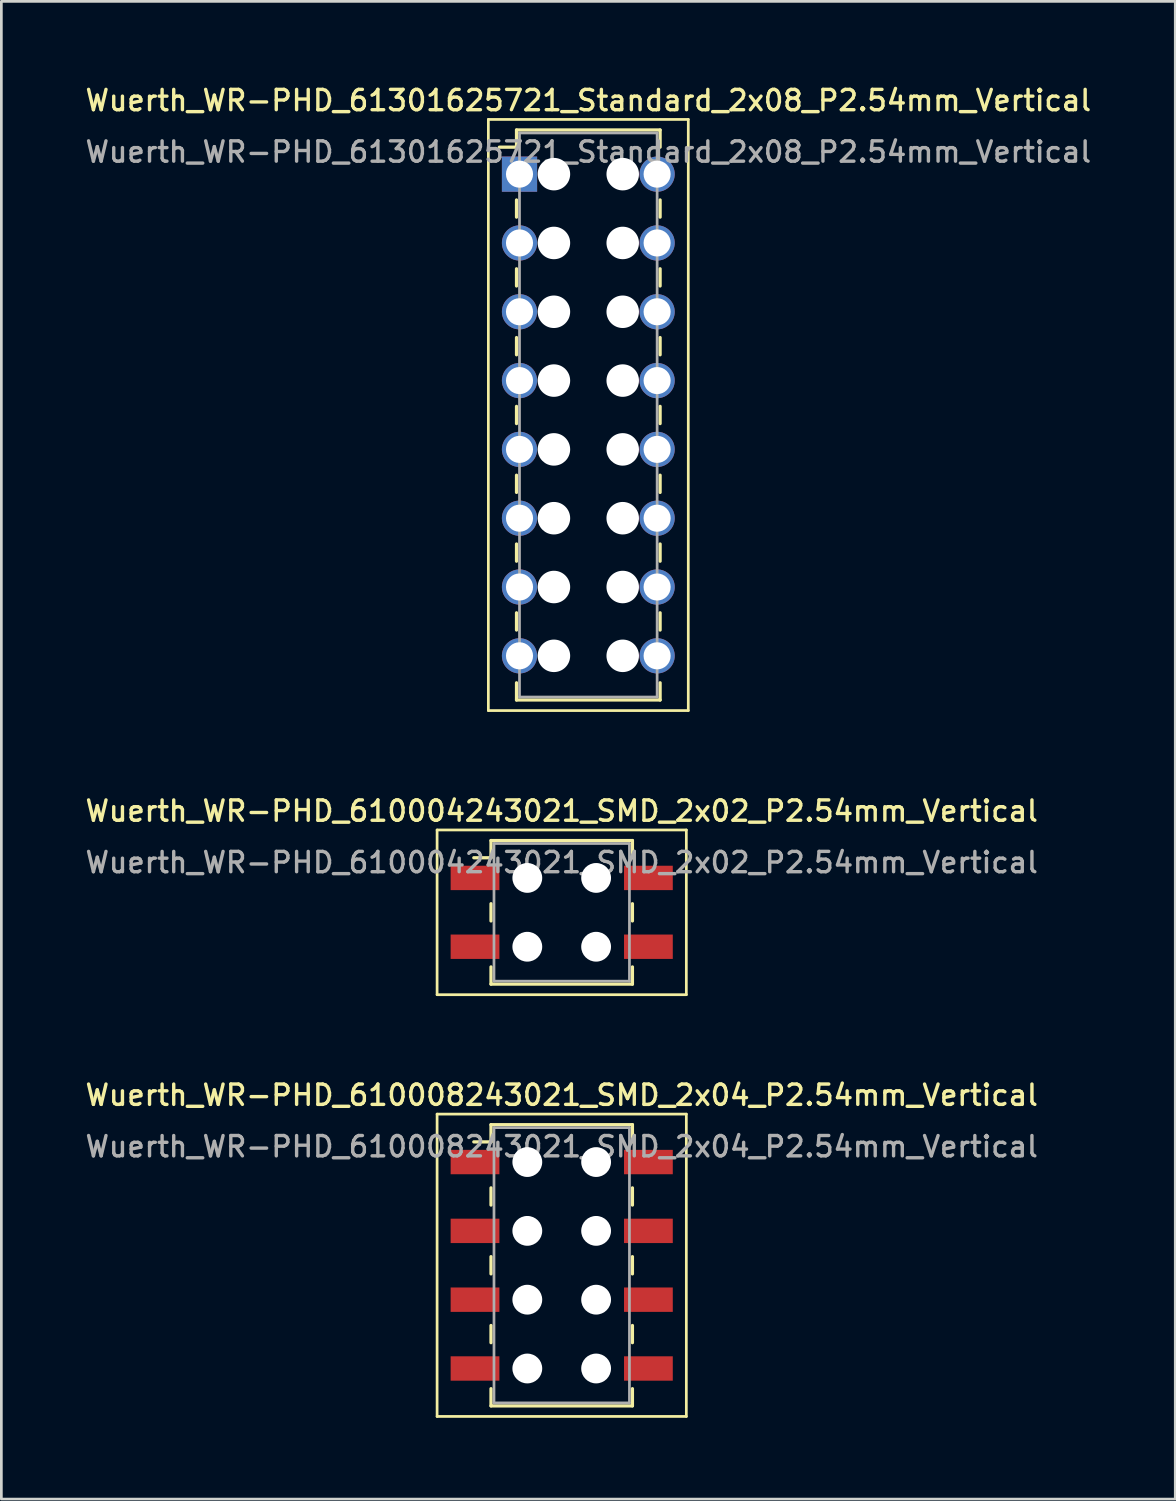
<source format=kicad_pcb>
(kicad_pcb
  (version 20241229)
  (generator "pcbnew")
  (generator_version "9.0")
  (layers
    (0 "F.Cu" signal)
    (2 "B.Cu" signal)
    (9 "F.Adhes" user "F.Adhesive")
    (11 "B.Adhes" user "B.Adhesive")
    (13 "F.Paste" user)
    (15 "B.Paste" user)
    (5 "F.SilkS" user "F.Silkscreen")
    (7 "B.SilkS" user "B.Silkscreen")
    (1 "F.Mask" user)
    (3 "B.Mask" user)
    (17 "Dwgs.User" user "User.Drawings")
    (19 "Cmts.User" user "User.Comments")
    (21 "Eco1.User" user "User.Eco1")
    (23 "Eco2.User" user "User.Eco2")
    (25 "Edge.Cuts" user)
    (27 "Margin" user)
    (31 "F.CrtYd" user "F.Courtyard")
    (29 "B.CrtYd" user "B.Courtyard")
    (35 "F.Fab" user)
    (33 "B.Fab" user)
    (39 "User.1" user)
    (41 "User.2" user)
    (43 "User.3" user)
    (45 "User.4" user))
  (footprint "Wuerth_WR-PHD_61301625721_Standard_2x08_P2.54mm_Vertical"
    (layer "F.Cu")
    (at 16.126 3.378)
    (property "Reference" "Wuerth_WR-PHD_61301625721_Standard_2x08_P2.54mm_Vertical" (at 2.54 -2.72 0) (layer "F.SilkS") (effects (font (size 0.75 0.75) (thickness 0.125))))
    (attr through_hole)
    (fp_line (start -1.15 -2.02) (end -1.15 19.8) (stroke (width 0.1) (type solid)) (layer "F.SilkS"))
    (fp_line (start -1.15 19.8) (end 6.23 19.8) (stroke (width 0.1) (type solid)) (layer "F.SilkS"))
    (fp_line (start -0.11 -1.63) (end -0.11 -0.995) (stroke (width 0.12) (type solid)) (layer "F.SilkS"))
    (fp_line (start -0.11 -1.63) (end 5.19 -1.63) (stroke (width 0.12) (type solid)) (layer "F.SilkS"))
    (fp_line (start -0.11 -0.995) (end -0.745 -0.995) (stroke (width 0.12) (type solid)) (layer "F.SilkS"))
    (fp_line (start -0.11 0.953) (end -0.11 1.587) (stroke (width 0.12) (type solid)) (layer "F.SilkS"))
    (fp_line (start -0.11 3.493) (end -0.11 4.128) (stroke (width 0.12) (type solid)) (layer "F.SilkS"))
    (fp_line (start -0.11 6.032) (end -0.11 6.668) (stroke (width 0.12) (type solid)) (layer "F.SilkS"))
    (fp_line (start -0.11 8.572) (end -0.11 9.207) (stroke (width 0.12) (type solid)) (layer "F.SilkS"))
    (fp_line (start -0.11 11.113) (end -0.11 11.748) (stroke (width 0.12) (type solid)) (layer "F.SilkS"))
    (fp_line (start -0.11 13.652) (end -0.11 14.287) (stroke (width 0.12) (type solid)) (layer "F.SilkS"))
    (fp_line (start -0.11 16.192) (end -0.11 16.828) (stroke (width 0.12) (type solid)) (layer "F.SilkS"))
    (fp_line (start -0.11 19.41) (end -0.11 18.775) (stroke (width 0.12) (type solid)) (layer "F.SilkS"))
    (fp_line (start -0.11 19.41) (end 5.19 19.41) (stroke (width 0.12) (type solid)) (layer "F.SilkS"))
    (fp_line (start 5.19 -1.63) (end 5.19 -0.995) (stroke (width 0.12) (type solid)) (layer "F.SilkS"))
    (fp_line (start 5.19 0.953) (end 5.19 1.587) (stroke (width 0.12) (type solid)) (layer "F.SilkS"))
    (fp_line (start 5.19 3.493) (end 5.19 4.128) (stroke (width 0.12) (type solid)) (layer "F.SilkS"))
    (fp_line (start 5.19 6.032) (end 5.19 6.668) (stroke (width 0.12) (type solid)) (layer "F.SilkS"))
    (fp_line (start 5.19 8.572) (end 5.19 9.207) (stroke (width 0.12) (type solid)) (layer "F.SilkS"))
    (fp_line (start 5.19 11.113) (end 5.19 11.748) (stroke (width 0.12) (type solid)) (layer "F.SilkS"))
    (fp_line (start 5.19 13.652) (end 5.19 14.287) (stroke (width 0.12) (type solid)) (layer "F.SilkS"))
    (fp_line (start 5.19 16.192) (end 5.19 16.828) (stroke (width 0.12) (type solid)) (layer "F.SilkS"))
    (fp_line (start 5.19 19.41) (end 5.19 18.775) (stroke (width 0.12) (type solid)) (layer "F.SilkS"))
    (fp_line (start 6.23 -2.02) (end -1.15 -2.02) (stroke (width 0.1) (type solid)) (layer "F.SilkS"))
    (fp_line (start 6.23 19.8) (end 6.23 -2.02) (stroke (width 0.1) (type solid)) (layer "F.SilkS"))
    (fp_line (start 0 -1.52) (end 0 19.3) (stroke (width 0.1) (type solid)) (layer "F.Fab"))
    (fp_line (start 0 19.3) (end 5.08 19.3) (stroke (width 0.1) (type solid)) (layer "F.Fab"))
    (fp_line (start 5.08 -1.52) (end 0 -1.52) (stroke (width 0.1) (type solid)) (layer "F.Fab"))
    (fp_line (start 5.08 19.3) (end 5.08 -1.52) (stroke (width 0.1) (type solid)) (layer "F.Fab"))
    (fp_text user "${REFERENCE}" (at 2.54 -0.82 0) (layer "F.Fab") (effects (font (size 0.75 0.75) (thickness 0.125))))
    (pad "" np_thru_hole circle (at 1.27 0) (size 1.2 1.2) (drill 1.2) (layers "*.Cu" "*.Mask"))
    (pad "" np_thru_hole circle (at 1.27 2.54) (size 1.2 1.2) (drill 1.2) (layers "*.Cu" "*.Mask"))
    (pad "" np_thru_hole circle (at 1.27 5.08) (size 1.2 1.2) (drill 1.2) (layers "*.Cu" "*.Mask"))
    (pad "" np_thru_hole circle (at 1.27 7.62) (size 1.2 1.2) (drill 1.2) (layers "*.Cu" "*.Mask"))
    (pad "" np_thru_hole circle (at 1.27 10.16) (size 1.2 1.2) (drill 1.2) (layers "*.Cu" "*.Mask"))
    (pad "" np_thru_hole circle (at 1.27 12.7) (size 1.2 1.2) (drill 1.2) (layers "*.Cu" "*.Mask"))
    (pad "" np_thru_hole circle (at 1.27 15.24) (size 1.2 1.2) (drill 1.2) (layers "*.Cu" "*.Mask"))
    (pad "" np_thru_hole circle (at 1.27 17.78) (size 1.2 1.2) (drill 1.2) (layers "*.Cu" "*.Mask"))
    (pad "" np_thru_hole circle (at 3.81 0) (size 1.2 1.2) (drill 1.2) (layers "*.Cu" "*.Mask"))
    (pad "" np_thru_hole circle (at 3.81 2.54) (size 1.2 1.2) (drill 1.2) (layers "*.Cu" "*.Mask"))
    (pad "" np_thru_hole circle (at 3.81 5.08) (size 1.2 1.2) (drill 1.2) (layers "*.Cu" "*.Mask"))
    (pad "" np_thru_hole circle (at 3.81 7.62) (size 1.2 1.2) (drill 1.2) (layers "*.Cu" "*.Mask"))
    (pad "" np_thru_hole circle (at 3.81 10.16) (size 1.2 1.2) (drill 1.2) (layers "*.Cu" "*.Mask"))
    (pad "" np_thru_hole circle (at 3.81 12.7) (size 1.2 1.2) (drill 1.2) (layers "*.Cu" "*.Mask"))
    (pad "" np_thru_hole circle (at 3.81 15.24) (size 1.2 1.2) (drill 1.2) (layers "*.Cu" "*.Mask"))
    (pad "" np_thru_hole circle (at 3.81 17.78) (size 1.2 1.2) (drill 1.2) (layers "*.Cu" "*.Mask"))
    (pad "1" thru_hole rect (at 0 0) (size 1.3 1.3) (drill 1) (layers "*.Cu" "*.Mask"))
    (pad "2" thru_hole circle (at 5.08 0) (size 1.3 1.3) (drill 1) (layers "*.Cu" "*.Mask"))
    (pad "3" thru_hole circle (at 0 2.54) (size 1.3 1.3) (drill 1) (layers "*.Cu" "*.Mask"))
    (pad "4" thru_hole circle (at 5.08 2.54) (size 1.3 1.3) (drill 1) (layers "*.Cu" "*.Mask"))
    (pad "5" thru_hole circle (at 0 5.08) (size 1.3 1.3) (drill 1) (layers "*.Cu" "*.Mask"))
    (pad "6" thru_hole circle (at 5.08 5.08) (size 1.3 1.3) (drill 1) (layers "*.Cu" "*.Mask"))
    (pad "7" thru_hole circle (at 0 7.62) (size 1.3 1.3) (drill 1) (layers "*.Cu" "*.Mask"))
    (pad "8" thru_hole circle (at 5.08 7.62) (size 1.3 1.3) (drill 1) (layers "*.Cu" "*.Mask"))
    (pad "9" thru_hole circle (at 0 10.16) (size 1.3 1.3) (drill 1) (layers "*.Cu" "*.Mask"))
    (pad "10" thru_hole circle (at 5.08 10.16) (size 1.3 1.3) (drill 1) (layers "*.Cu" "*.Mask"))
    (pad "11" thru_hole circle (at 0 12.7) (size 1.3 1.3) (drill 1) (layers "*.Cu" "*.Mask"))
    (pad "12" thru_hole circle (at 5.08 12.7) (size 1.3 1.3) (drill 1) (layers "*.Cu" "*.Mask"))
    (pad "13" thru_hole circle (at 0 15.24) (size 1.3 1.3) (drill 1) (layers "*.Cu" "*.Mask"))
    (pad "14" thru_hole circle (at 5.08 15.24) (size 1.3 1.3) (drill 1) (layers "*.Cu" "*.Mask"))
    (pad "15" thru_hole circle (at 0 17.78) (size 1.3 1.3) (drill 1) (layers "*.Cu" "*.Mask"))
    (pad "16" thru_hole circle (at 5.08 17.78) (size 1.3 1.3) (drill 1) (layers "*.Cu" "*.Mask")))
  (footprint "Wuerth_WR-PHD_610008243021_SMD_2x04_P2.54mm_Vertical"
    (layer "F.Cu")
    (at 17.684 43.654)
    (property "Reference" "Wuerth_WR-PHD_610008243021_SMD_2x04_P2.54mm_Vertical" (at 0 -6.28 0) (layer "F.SilkS") (effects (font (size 0.75 0.75) (thickness 0.125))))
    (attr smd)
    (fp_line (start -4.6 -5.58) (end -4.6 5.58) (stroke (width 0.1) (type solid)) (layer "F.SilkS"))
    (fp_line (start -4.6 5.58) (end 4.6 5.58) (stroke (width 0.1) (type solid)) (layer "F.SilkS"))
    (fp_line (start -2.61 -5.19) (end -2.61 -4.555) (stroke (width 0.12) (type solid)) (layer "F.SilkS"))
    (fp_line (start -2.61 -5.19) (end 2.61 -5.19) (stroke (width 0.12) (type solid)) (layer "F.SilkS"))
    (fp_line (start -2.61 -4.555) (end -3.245 -4.555) (stroke (width 0.12) (type solid)) (layer "F.SilkS"))
    (fp_line (start -2.61 -2.857) (end -2.61 -2.223) (stroke (width 0.12) (type solid)) (layer "F.SilkS"))
    (fp_line (start -2.61 -0.318) (end -2.61 0.318) (stroke (width 0.12) (type solid)) (layer "F.SilkS"))
    (fp_line (start -2.61 2.223) (end -2.61 2.857) (stroke (width 0.12) (type solid)) (layer "F.SilkS"))
    (fp_line (start -2.61 5.19) (end -2.61 4.555) (stroke (width 0.12) (type solid)) (layer "F.SilkS"))
    (fp_line (start -2.61 5.19) (end 2.61 5.19) (stroke (width 0.12) (type solid)) (layer "F.SilkS"))
    (fp_line (start 2.61 -5.19) (end 2.61 -4.555) (stroke (width 0.12) (type solid)) (layer "F.SilkS"))
    (fp_line (start 2.61 -2.857) (end 2.61 -2.223) (stroke (width 0.12) (type solid)) (layer "F.SilkS"))
    (fp_line (start 2.61 -0.318) (end 2.61 0.318) (stroke (width 0.12) (type solid)) (layer "F.SilkS"))
    (fp_line (start 2.61 2.223) (end 2.61 2.857) (stroke (width 0.12) (type solid)) (layer "F.SilkS"))
    (fp_line (start 2.61 5.19) (end 2.61 4.555) (stroke (width 0.12) (type solid)) (layer "F.SilkS"))
    (fp_line (start 4.6 -5.58) (end -4.6 -5.58) (stroke (width 0.1) (type solid)) (layer "F.SilkS"))
    (fp_line (start 4.6 5.58) (end 4.6 -5.58) (stroke (width 0.1) (type solid)) (layer "F.SilkS"))
    (fp_line (start -2.5 -5.08) (end -2.5 5.08) (stroke (width 0.1) (type solid)) (layer "F.Fab"))
    (fp_line (start -2.5 5.08) (end 2.5 5.08) (stroke (width 0.1) (type solid)) (layer "F.Fab"))
    (fp_line (start 2.5 -5.08) (end -2.5 -5.08) (stroke (width 0.1) (type solid)) (layer "F.Fab"))
    (fp_line (start 2.5 5.08) (end 2.5 -5.08) (stroke (width 0.1) (type solid)) (layer "F.Fab"))
    (fp_text user "${REFERENCE}" (at 0 -4.38 0) (layer "F.Fab") (effects (font (size 0.75 0.75) (thickness 0.125))))
    (pad "" np_thru_hole circle (at -1.27 -3.81) (size 1.1 1.1) (drill 1.1) (layers "*.Cu" "*.Mask"))
    (pad "" np_thru_hole circle (at -1.27 -1.27) (size 1.1 1.1) (drill 1.1) (layers "*.Cu" "*.Mask"))
    (pad "" np_thru_hole circle (at -1.27 1.27) (size 1.1 1.1) (drill 1.1) (layers "*.Cu" "*.Mask"))
    (pad "" np_thru_hole circle (at -1.27 3.81) (size 1.1 1.1) (drill 1.1) (layers "*.Cu" "*.Mask"))
    (pad "" np_thru_hole circle (at 1.27 -3.81) (size 1.1 1.1) (drill 1.1) (layers "*.Cu" "*.Mask"))
    (pad "" np_thru_hole circle (at 1.27 -1.27) (size 1.1 1.1) (drill 1.1) (layers "*.Cu" "*.Mask"))
    (pad "" np_thru_hole circle (at 1.27 1.27) (size 1.1 1.1) (drill 1.1) (layers "*.Cu" "*.Mask"))
    (pad "" np_thru_hole circle (at 1.27 3.81) (size 1.1 1.1) (drill 1.1) (layers "*.Cu" "*.Mask"))
    (pad "1" smd rect (at -3.2 -3.81) (size 1.8 0.9) (layers "F.Cu" "F.Mask" "F.Paste"))
    (pad "2" smd rect (at 3.2 -3.81) (size 1.8 0.9) (layers "F.Cu" "F.Mask" "F.Paste"))
    (pad "3" smd rect (at -3.2 -1.27) (size 1.8 0.9) (layers "F.Cu" "F.Mask" "F.Paste"))
    (pad "4" smd rect (at 3.2 -1.27) (size 1.8 0.9) (layers "F.Cu" "F.Mask" "F.Paste"))
    (pad "5" smd rect (at -3.2 1.27) (size 1.8 0.9) (layers "F.Cu" "F.Mask" "F.Paste"))
    (pad "6" smd rect (at 3.2 1.27) (size 1.8 0.9) (layers "F.Cu" "F.Mask" "F.Paste"))
    (pad "7" smd rect (at -3.2 3.81) (size 1.8 0.9) (layers "F.Cu" "F.Mask" "F.Paste"))
    (pad "8" smd rect (at 3.2 3.81) (size 1.8 0.9) (layers "F.Cu" "F.Mask" "F.Paste")))
  (footprint "Wuerth_WR-PHD_610004243021_SMD_2x02_P2.54mm_Vertical"
    (layer "F.Cu")
    (at 17.684 30.626)
    (property "Reference" "Wuerth_WR-PHD_610004243021_SMD_2x02_P2.54mm_Vertical" (at 0 -3.74 0) (layer "F.SilkS") (effects (font (size 0.75 0.75) (thickness 0.125))))
    (attr smd)
    (fp_line (start -4.6 -3.04) (end -4.6 3.04) (stroke (width 0.1) (type solid)) (layer "F.SilkS"))
    (fp_line (start -4.6 3.04) (end 4.6 3.04) (stroke (width 0.1) (type solid)) (layer "F.SilkS"))
    (fp_line (start -2.61 -2.65) (end -2.61 -2.015) (stroke (width 0.12) (type solid)) (layer "F.SilkS"))
    (fp_line (start -2.61 -2.65) (end 2.61 -2.65) (stroke (width 0.12) (type solid)) (layer "F.SilkS"))
    (fp_line (start -2.61 -2.015) (end -3.245 -2.015) (stroke (width 0.12) (type solid)) (layer "F.SilkS"))
    (fp_line (start -2.61 -0.318) (end -2.61 0.318) (stroke (width 0.12) (type solid)) (layer "F.SilkS"))
    (fp_line (start -2.61 2.65) (end -2.61 2.015) (stroke (width 0.12) (type solid)) (layer "F.SilkS"))
    (fp_line (start -2.61 2.65) (end 2.61 2.65) (stroke (width 0.12) (type solid)) (layer "F.SilkS"))
    (fp_line (start 2.61 -2.65) (end 2.61 -2.015) (stroke (width 0.12) (type solid)) (layer "F.SilkS"))
    (fp_line (start 2.61 -0.318) (end 2.61 0.318) (stroke (width 0.12) (type solid)) (layer "F.SilkS"))
    (fp_line (start 2.61 2.65) (end 2.61 2.015) (stroke (width 0.12) (type solid)) (layer "F.SilkS"))
    (fp_line (start 4.6 -3.04) (end -4.6 -3.04) (stroke (width 0.1) (type solid)) (layer "F.SilkS"))
    (fp_line (start 4.6 3.04) (end 4.6 -3.04) (stroke (width 0.1) (type solid)) (layer "F.SilkS"))
    (fp_line (start -2.5 -2.54) (end -2.5 2.54) (stroke (width 0.1) (type solid)) (layer "F.Fab"))
    (fp_line (start -2.5 2.54) (end 2.5 2.54) (stroke (width 0.1) (type solid)) (layer "F.Fab"))
    (fp_line (start 2.5 -2.54) (end -2.5 -2.54) (stroke (width 0.1) (type solid)) (layer "F.Fab"))
    (fp_line (start 2.5 2.54) (end 2.5 -2.54) (stroke (width 0.1) (type solid)) (layer "F.Fab"))
    (fp_text user "${REFERENCE}" (at 0 -1.84 0) (layer "F.Fab") (effects (font (size 0.75 0.75) (thickness 0.125))))
    (pad "" np_thru_hole circle (at -1.27 -1.27) (size 1.1 1.1) (drill 1.1) (layers "*.Cu" "*.Mask"))
    (pad "" np_thru_hole circle (at -1.27 1.27) (size 1.1 1.1) (drill 1.1) (layers "*.Cu" "*.Mask"))
    (pad "" np_thru_hole circle (at 1.27 -1.27) (size 1.1 1.1) (drill 1.1) (layers "*.Cu" "*.Mask"))
    (pad "" np_thru_hole circle (at 1.27 1.27) (size 1.1 1.1) (drill 1.1) (layers "*.Cu" "*.Mask"))
    (pad "1" smd rect (at -3.2 -1.27) (size 1.8 0.9) (layers "F.Cu" "F.Mask" "F.Paste"))
    (pad "2" smd rect (at 3.2 -1.27) (size 1.8 0.9) (layers "F.Cu" "F.Mask" "F.Paste"))
    (pad "3" smd rect (at -3.2 1.27) (size 1.8 0.9) (layers "F.Cu" "F.Mask" "F.Paste"))
    (pad "4" smd rect (at 3.2 1.27) (size 1.8 0.9) (layers "F.Cu" "F.Mask" "F.Paste")))
  (gr_rect
    (start -3 -3)
    (end 40.332 52.284)
    (stroke (width 0.1) (type default))
    (fill no)
    (layer "Edge.Cuts")))
</source>
